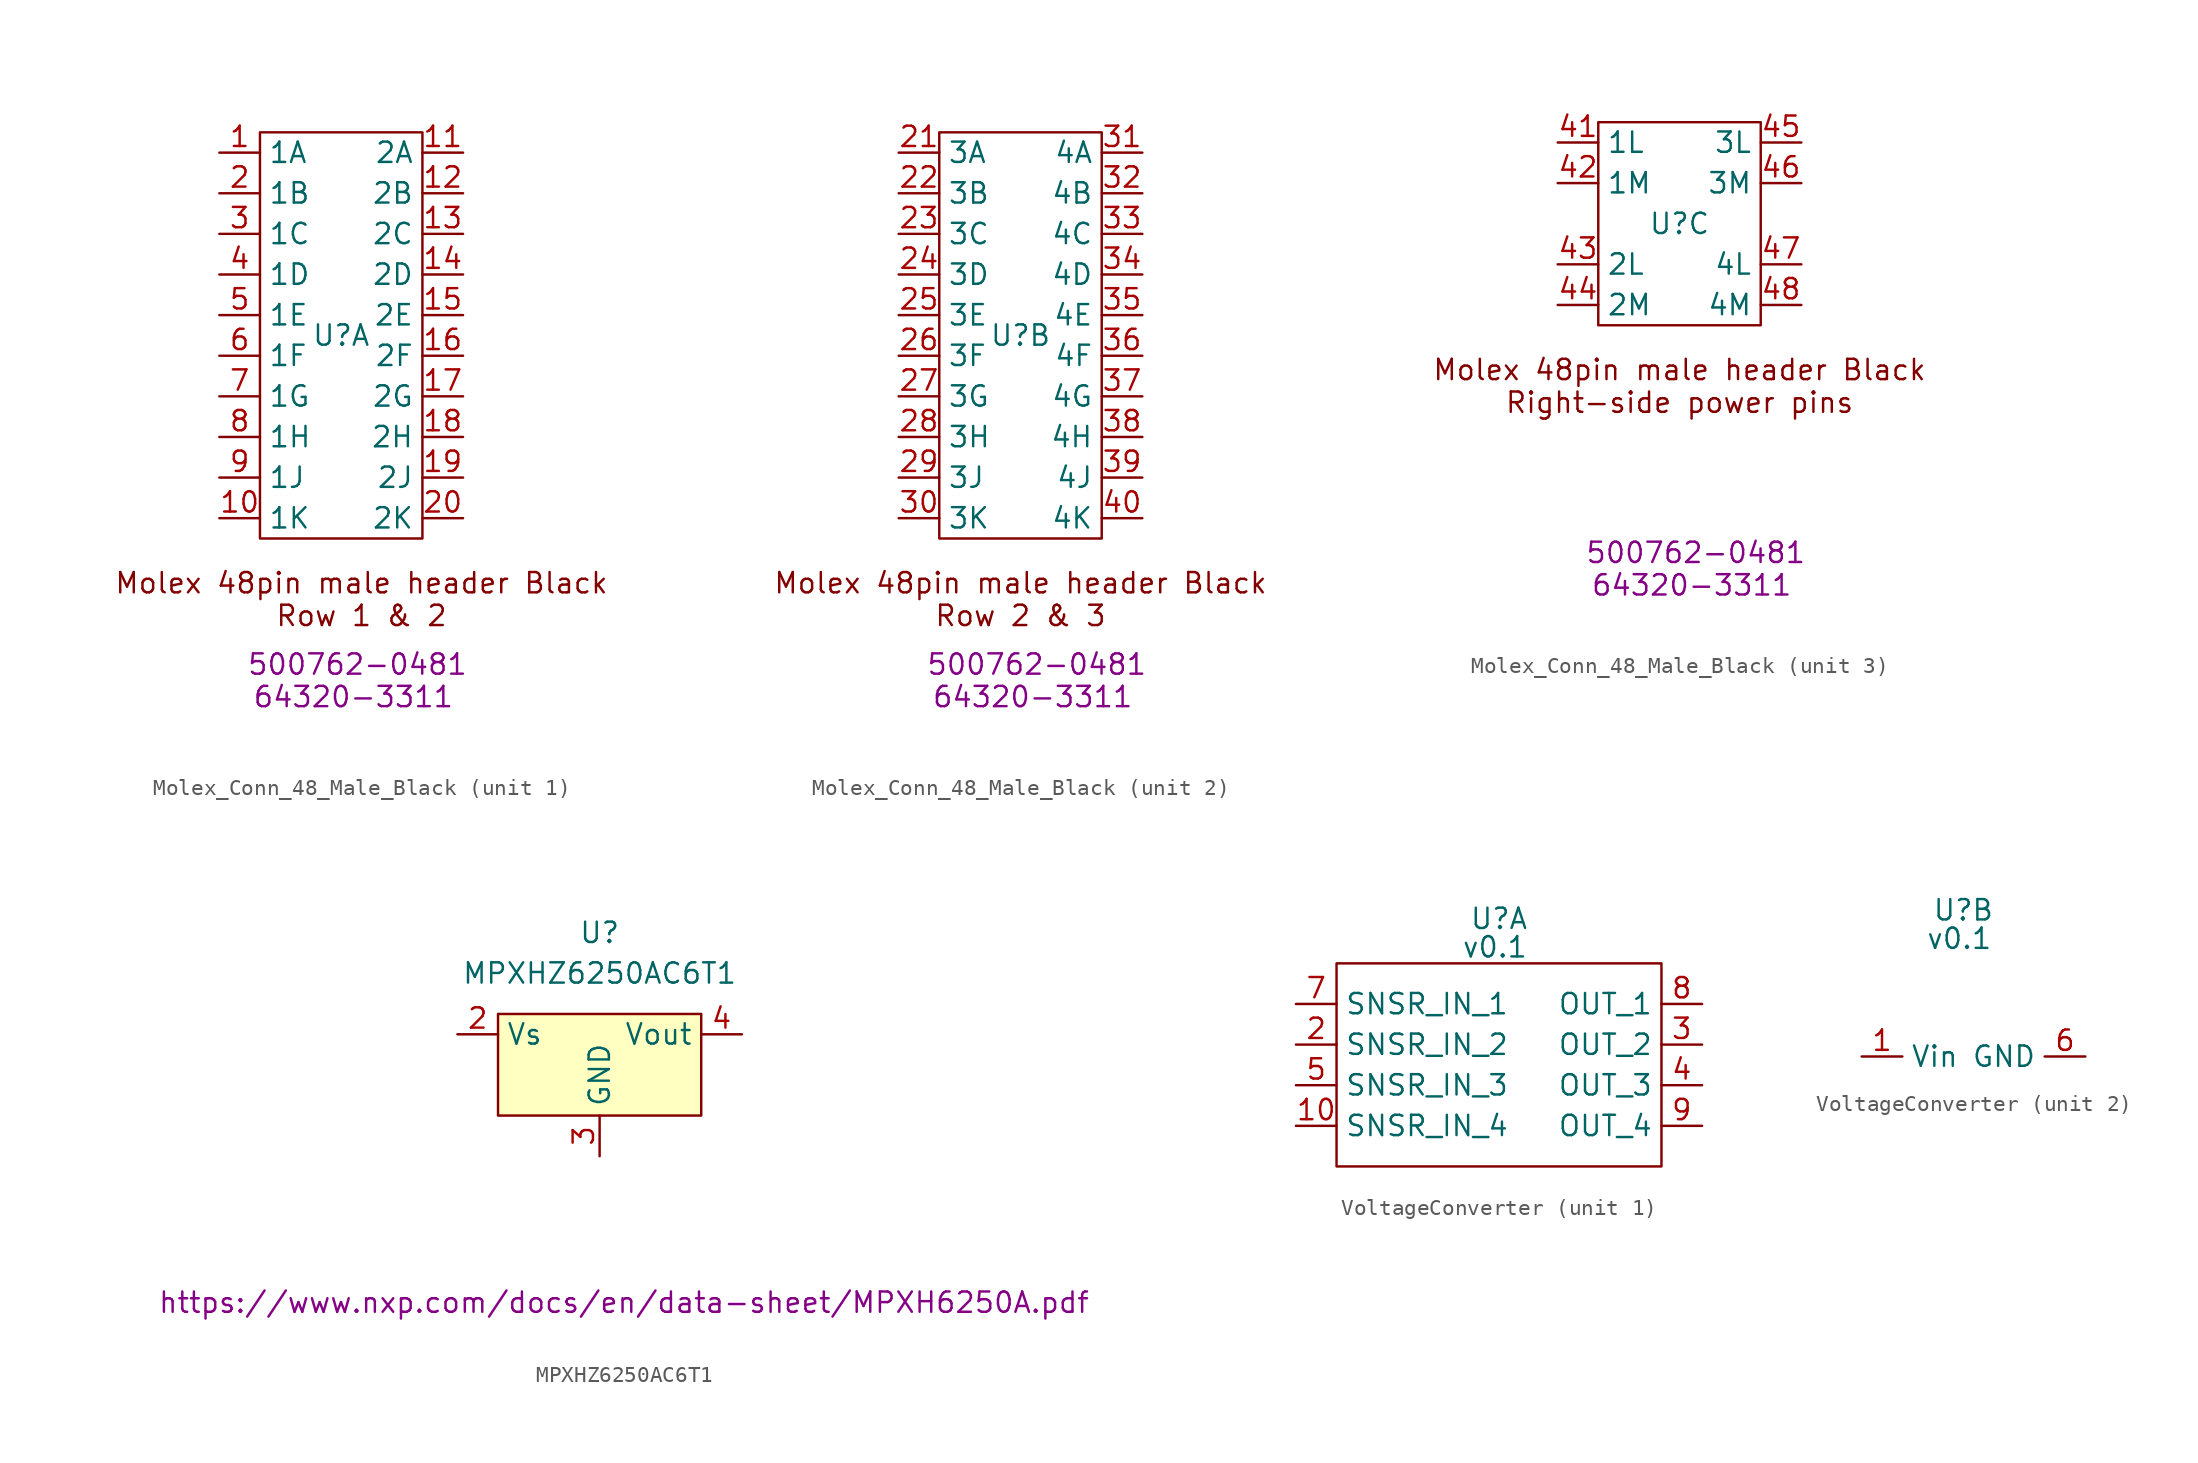
<source format=kicad_sym>
(kicad_symbol_lib
  (version 20231120)
  (generator "kicad_symbol_editor")
  (generator_version "8.0")
  (symbol "Molex_Conn_48_Male_Black"
    (property "Reference" "U"
      (at 0 0 0)
      (effects (font (size 1.27 1.27))))
    (property "Value" ""
      (at 1.27 1.27 0)
      (effects (font (size 1.27 1.27))))
    (property "Manufacturer part Number" "500762-0481"
      (at 1.016 -20.574 0)
      (effects (font (size 1.27 1.27))))
    (property "Plug part number" "64320-3311"
      (at 0.762 -22.606 0)
      (effects (font (size 1.27 1.27))))
    (property "ki_locked" ""
      (at 0 0 0)
      (effects (font (size 1.27 1.27))))
    (symbol "Molex_Conn_48_Male_Black_1_1"
      (rectangle (start -5.08 12.7) (end 5.08 -12.7) (stroke (width 0) (type default)) (fill (type none)))
      (text "Molex 48pin male header Black\nRow 1 & 2" (at 1.27 -16.51 0) (effects (font (size 1.27 1.27))))
      (pin passive line (at -7.62 11.43 0) (length 2.54) (name "1A" (effects (font (size 1.27 1.27)))) (number "1" (effects (font (size 1.27 1.27)))))
      (pin passive line (at -7.62 -11.43 0) (length 2.54) (name "1K" (effects (font (size 1.27 1.27)))) (number "10" (effects (font (size 1.27 1.27)))))
      (pin passive line (at 7.62 11.43 180) (length 2.54) (name "2A" (effects (font (size 1.27 1.27)))) (number "11" (effects (font (size 1.27 1.27)))))
      (pin passive line (at 7.62 8.89 180) (length 2.54) (name "2B" (effects (font (size 1.27 1.27)))) (number "12" (effects (font (size 1.27 1.27)))))
      (pin passive line (at 7.62 6.35 180) (length 2.54) (name "2C" (effects (font (size 1.27 1.27)))) (number "13" (effects (font (size 1.27 1.27)))))
      (pin passive line (at 7.62 3.81 180) (length 2.54) (name "2D" (effects (font (size 1.27 1.27)))) (number "14" (effects (font (size 1.27 1.27)))))
      (pin passive line (at 7.62 1.27 180) (length 2.54) (name "2E" (effects (font (size 1.27 1.27)))) (number "15" (effects (font (size 1.27 1.27)))))
      (pin passive line (at 7.62 -1.27 180) (length 2.54) (name "2F" (effects (font (size 1.27 1.27)))) (number "16" (effects (font (size 1.27 1.27)))))
      (pin passive line (at 7.62 -3.81 180) (length 2.54) (name "2G" (effects (font (size 1.27 1.27)))) (number "17" (effects (font (size 1.27 1.27)))))
      (pin passive line (at 7.62 -6.35 180) (length 2.54) (name "2H" (effects (font (size 1.27 1.27)))) (number "18" (effects (font (size 1.27 1.27)))))
      (pin passive line (at 7.62 -8.89 180) (length 2.54) (name "2J" (effects (font (size 1.27 1.27)))) (number "19" (effects (font (size 1.27 1.27)))))
      (pin passive line (at -7.62 8.89 0) (length 2.54) (name "1B" (effects (font (size 1.27 1.27)))) (number "2" (effects (font (size 1.27 1.27)))))
      (pin passive line (at 7.62 -11.43 180) (length 2.54) (name "2K" (effects (font (size 1.27 1.27)))) (number "20" (effects (font (size 1.27 1.27)))))
      (pin passive line (at -7.62 6.35 0) (length 2.54) (name "1C" (effects (font (size 1.27 1.27)))) (number "3" (effects (font (size 1.27 1.27)))))
      (pin passive line (at -7.62 3.81 0) (length 2.54) (name "1D" (effects (font (size 1.27 1.27)))) (number "4" (effects (font (size 1.27 1.27)))))
      (pin passive line (at -7.62 1.27 0) (length 2.54) (name "1E" (effects (font (size 1.27 1.27)))) (number "5" (effects (font (size 1.27 1.27)))))
      (pin passive line (at -7.62 -1.27 0) (length 2.54) (name "1F" (effects (font (size 1.27 1.27)))) (number "6" (effects (font (size 1.27 1.27)))))
      (pin passive line (at -7.62 -3.81 0) (length 2.54) (name "1G" (effects (font (size 1.27 1.27)))) (number "7" (effects (font (size 1.27 1.27)))))
      (pin passive line (at -7.62 -6.35 0) (length 2.54) (name "1H" (effects (font (size 1.27 1.27)))) (number "8" (effects (font (size 1.27 1.27)))))
      (pin passive line (at -7.62 -8.89 0) (length 2.54) (name "1J" (effects (font (size 1.27 1.27)))) (number "9" (effects (font (size 1.27 1.27))))))
    (symbol "Molex_Conn_48_Male_Black_2_1"
      (rectangle (start -5.08 12.7) (end 5.08 -12.7) (stroke (width 0) (type default)) (fill (type none)))
      (text "Molex 48pin male header Black\nRow 2 & 3" (at 0 -16.51 0) (effects (font (size 1.27 1.27))))
      (pin passive line (at -7.62 11.43 0) (length 2.54) (name "3A" (effects (font (size 1.27 1.27)))) (number "21" (effects (font (size 1.27 1.27)))))
      (pin passive line (at -7.62 8.89 0) (length 2.54) (name "3B" (effects (font (size 1.27 1.27)))) (number "22" (effects (font (size 1.27 1.27)))))
      (pin passive line (at -7.62 6.35 0) (length 2.54) (name "3C" (effects (font (size 1.27 1.27)))) (number "23" (effects (font (size 1.27 1.27)))))
      (pin passive line (at -7.62 3.81 0) (length 2.54) (name "3D" (effects (font (size 1.27 1.27)))) (number "24" (effects (font (size 1.27 1.27)))))
      (pin passive line (at -7.62 1.27 0) (length 2.54) (name "3E" (effects (font (size 1.27 1.27)))) (number "25" (effects (font (size 1.27 1.27)))))
      (pin passive line (at -7.62 -1.27 0) (length 2.54) (name "3F" (effects (font (size 1.27 1.27)))) (number "26" (effects (font (size 1.27 1.27)))))
      (pin passive line (at -7.62 -3.81 0) (length 2.54) (name "3G" (effects (font (size 1.27 1.27)))) (number "27" (effects (font (size 1.27 1.27)))))
      (pin passive line (at -7.62 -6.35 0) (length 2.54) (name "3H" (effects (font (size 1.27 1.27)))) (number "28" (effects (font (size 1.27 1.27)))))
      (pin passive line (at -7.62 -8.89 0) (length 2.54) (name "3J" (effects (font (size 1.27 1.27)))) (number "29" (effects (font (size 1.27 1.27)))))
      (pin passive line (at -7.62 -11.43 0) (length 2.54) (name "3K" (effects (font (size 1.27 1.27)))) (number "30" (effects (font (size 1.27 1.27)))))
      (pin passive line (at 7.62 11.43 180) (length 2.54) (name "4A" (effects (font (size 1.27 1.27)))) (number "31" (effects (font (size 1.27 1.27)))))
      (pin passive line (at 7.62 8.89 180) (length 2.54) (name "4B" (effects (font (size 1.27 1.27)))) (number "32" (effects (font (size 1.27 1.27)))))
      (pin passive line (at 7.62 6.35 180) (length 2.54) (name "4C" (effects (font (size 1.27 1.27)))) (number "33" (effects (font (size 1.27 1.27)))))
      (pin passive line (at 7.62 3.81 180) (length 2.54) (name "4D" (effects (font (size 1.27 1.27)))) (number "34" (effects (font (size 1.27 1.27)))))
      (pin passive line (at 7.62 1.27 180) (length 2.54) (name "4E" (effects (font (size 1.27 1.27)))) (number "35" (effects (font (size 1.27 1.27)))))
      (pin passive line (at 7.62 -1.27 180) (length 2.54) (name "4F" (effects (font (size 1.27 1.27)))) (number "36" (effects (font (size 1.27 1.27)))))
      (pin passive line (at 7.62 -3.81 180) (length 2.54) (name "4G" (effects (font (size 1.27 1.27)))) (number "37" (effects (font (size 1.27 1.27)))))
      (pin passive line (at 7.62 -6.35 180) (length 2.54) (name "4H" (effects (font (size 1.27 1.27)))) (number "38" (effects (font (size 1.27 1.27)))))
      (pin passive line (at 7.62 -8.89 180) (length 2.54) (name "4J" (effects (font (size 1.27 1.27)))) (number "39" (effects (font (size 1.27 1.27)))))
      (pin passive line (at 7.62 -11.43 180) (length 2.54) (name "4K" (effects (font (size 1.27 1.27)))) (number "40" (effects (font (size 1.27 1.27))))))
    (symbol "Molex_Conn_48_Male_Black_3_1"
      (rectangle (start -5.08 6.35) (end 5.08 -6.35) (stroke (width 0) (type default)) (fill (type none)))
      (text "Molex 48pin male header Black\nRight-side power pins" (at 0 -10.16 0) (effects (font (size 1.27 1.27))))
      (pin passive line (at -7.62 5.08 0) (length 2.54) (name "1L" (effects (font (size 1.27 1.27)))) (number "41" (effects (font (size 1.27 1.27)))))
      (pin passive line (at -7.62 2.54 0) (length 2.54) (name "1M" (effects (font (size 1.27 1.27)))) (number "42" (effects (font (size 1.27 1.27)))))
      (pin passive line (at -7.62 -2.54 0) (length 2.54) (name "2L" (effects (font (size 1.27 1.27)))) (number "43" (effects (font (size 1.27 1.27)))))
      (pin passive line (at -7.62 -5.08 0) (length 2.54) (name "2M" (effects (font (size 1.27 1.27)))) (number "44" (effects (font (size 1.27 1.27)))))
      (pin passive line (at 7.62 5.08 180) (length 2.54) (name "3L" (effects (font (size 1.27 1.27)))) (number "45" (effects (font (size 1.27 1.27)))))
      (pin passive line (at 7.62 2.54 180) (length 2.54) (name "3M" (effects (font (size 1.27 1.27)))) (number "46" (effects (font (size 1.27 1.27)))))
      (pin passive line (at 7.62 -2.54 180) (length 2.54) (name "4L" (effects (font (size 1.27 1.27)))) (number "47" (effects (font (size 1.27 1.27)))))
      (pin passive line (at 7.62 -5.08 180) (length 2.54) (name "4M" (effects (font (size 1.27 1.27)))) (number "48" (effects (font (size 1.27 1.27)))))))
  (symbol "MPXHZ6250AC6T1"
    (property "Reference" "U"
      (at 0 8.89 0)
      (effects (font (size 1.27 1.27))))
    (property "Value" "MPXHZ6250AC6T1"
      (at 0 6.35 0)
      (effects (font (size 1.27 1.27))))
    (property "Datasheet" "https://www.nxp.com/docs/en/data-sheet/MPXH6250A.pdf"
      (at 1.524 -14.224 0)
      (effects (font (size 1.27 1.27))))
    (symbol "MPXHZ6250AC6T1_1_1"
      (rectangle (start -6.35 3.81) (end 6.35 -2.54) (stroke (width 0) (type default)) (fill (type background)))
      (pin input line (at -8.89 2.54 0) (length 2.54) (name "Vs" (effects (font (size 1.27 1.27)))) (number "2" (effects (font (size 1.27 1.27)))))
      (pin input line (at 0 -5.08 90) (length 2.54) (name "GND" (effects (font (size 1.27 1.27)))) (number "3" (effects (font (size 1.27 1.27)))))
      (pin input line (at 8.89 2.54 180) (length 2.54) (name "Vout" (effects (font (size 1.27 1.27)))) (number "4" (effects (font (size 1.27 1.27)))))))
  (symbol "VoltageConverter"
    (property "Reference" "U"
      (at 0 9.144 0)
      (effects (font (size 1.27 1.27))))
    (property "Value" "v0.1"
      (at -0.254 7.366 0)
      (effects (font (size 1.27 1.27))))
    (property "ki_locked" ""
      (at 0 0 0)
      (effects (font (size 1.27 1.27))))
    (symbol "VoltageConverter_1_1"
      (rectangle (start -10.16 6.35) (end 10.16 -6.35) (stroke (width 0) (type default)) (fill (type none)))
      (pin input line (at -12.7 -3.81 0) (length 2.54) (name "SNSR_IN_4" (effects (font (size 1.27 1.27)))) (number "10" (effects (font (size 1.27 1.27)))))
      (pin input line (at -12.7 1.27 0) (length 2.54) (name "SNSR_IN_2" (effects (font (size 1.27 1.27)))) (number "2" (effects (font (size 1.27 1.27)))))
      (pin output line (at 12.7 1.27 180) (length 2.54) (name "OUT_2" (effects (font (size 1.27 1.27)))) (number "3" (effects (font (size 1.27 1.27)))))
      (pin output line (at 12.7 -1.27 180) (length 2.54) (name "OUT_3" (effects (font (size 1.27 1.27)))) (number "4" (effects (font (size 1.27 1.27)))))
      (pin input line (at -12.7 -1.27 0) (length 2.54) (name "SNSR_IN_3" (effects (font (size 1.27 1.27)))) (number "5" (effects (font (size 1.27 1.27)))))
      (pin input line (at -12.7 3.81 0) (length 2.54) (name "SNSR_IN_1" (effects (font (size 1.27 1.27)))) (number "7" (effects (font (size 1.27 1.27)))))
      (pin output line (at 12.7 3.81 180) (length 2.54) (name "OUT_1" (effects (font (size 1.27 1.27)))) (number "8" (effects (font (size 1.27 1.27)))))
      (pin output line (at 12.7 -3.81 180) (length 2.54) (name "OUT_4" (effects (font (size 1.27 1.27)))) (number "9" (effects (font (size 1.27 1.27))))))
    (symbol "VoltageConverter_2_1"
      (pin power_in line (at -6.35 0 0) (length 2.54) (name "Vin" (effects (font (size 1.27 1.27)))) (number "1" (effects (font (size 1.27 1.27)))))
      (pin power_in line (at 7.62 0 180) (length 2.54) (name "GND" (effects (font (size 1.27 1.27)))) (number "6" (effects (font (size 1.27 1.27))))))))
</source>
